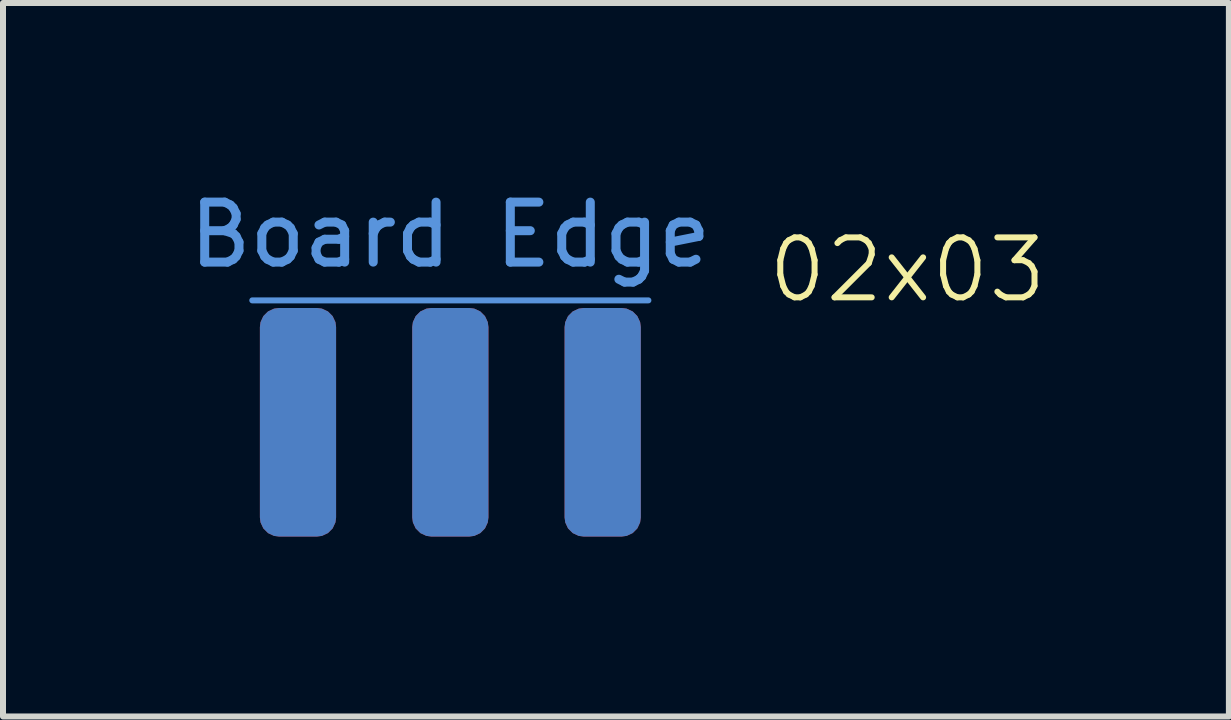
<source format=kicad_pcb>
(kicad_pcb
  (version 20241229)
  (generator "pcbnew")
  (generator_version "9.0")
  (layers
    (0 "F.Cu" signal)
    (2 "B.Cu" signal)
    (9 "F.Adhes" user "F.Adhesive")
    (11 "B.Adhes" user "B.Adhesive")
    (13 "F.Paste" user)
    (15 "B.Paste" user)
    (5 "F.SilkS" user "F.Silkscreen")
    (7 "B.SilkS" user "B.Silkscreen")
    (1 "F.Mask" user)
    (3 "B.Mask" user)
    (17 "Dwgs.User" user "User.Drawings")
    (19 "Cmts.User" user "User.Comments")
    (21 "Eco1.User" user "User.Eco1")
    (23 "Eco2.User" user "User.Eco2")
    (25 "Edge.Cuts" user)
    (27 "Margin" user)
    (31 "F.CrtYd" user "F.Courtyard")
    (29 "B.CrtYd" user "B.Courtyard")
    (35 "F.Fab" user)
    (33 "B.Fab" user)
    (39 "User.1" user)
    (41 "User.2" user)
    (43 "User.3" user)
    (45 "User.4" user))
  (footprint "02x03"
    (layer "F.Cu")
    (at 4.458 3.99)
    (property "Reference" "02x03" (at 7.62 -2.54 0) (unlocked yes) (layer "F.SilkS") (effects (font (size 1 1) (thickness 0.1))))
    (attr smd)
    (fp_line (start -3.302 -2.032) (end 3.302 -2.032) (stroke (width 0.1) (type default)) (layer "Cmts.User"))
    (fp_text user "Board Edge" (at 0 -2.54 0) (unlocked yes) (layer "Cmts.User") (effects (font (size 1 1) (thickness 0.15)) (justify bottom)))
    (pad "1" smd roundrect (at -2.54 0) (size 1.27 3.81) (layers "F.Cu" "F.Mask" "F.Paste") (roundrect_rratio 0.25))
    (pad "2" smd roundrect (at -2.54 0) (size 1.27 3.81) (layers "B.Cu" "B.Mask" "B.Paste") (roundrect_rratio 0.25))
    (pad "3" smd roundrect (at 0 0) (size 1.27 3.81) (layers "F.Cu" "F.Mask" "F.Paste") (roundrect_rratio 0.25))
    (pad "4" smd roundrect (at 0 0) (size 1.27 3.81) (layers "B.Cu" "B.Mask" "B.Paste") (roundrect_rratio 0.25))
    (pad "5" smd roundrect (at 2.54 0) (size 1.27 3.81) (layers "F.Cu" "F.Mask" "F.Paste") (roundrect_rratio 0.25))
    (pad "6" smd roundrect (at 2.54 0) (size 1.27 3.81) (layers "B.Cu" "B.Mask" "B.Paste") (roundrect_rratio 0.25)))
  (gr_rect
    (start -3 -3)
    (end 17.438 8.895)
    (stroke (width 0.1) (type default))
    (fill no)
    (layer "Edge.Cuts")))
</source>
